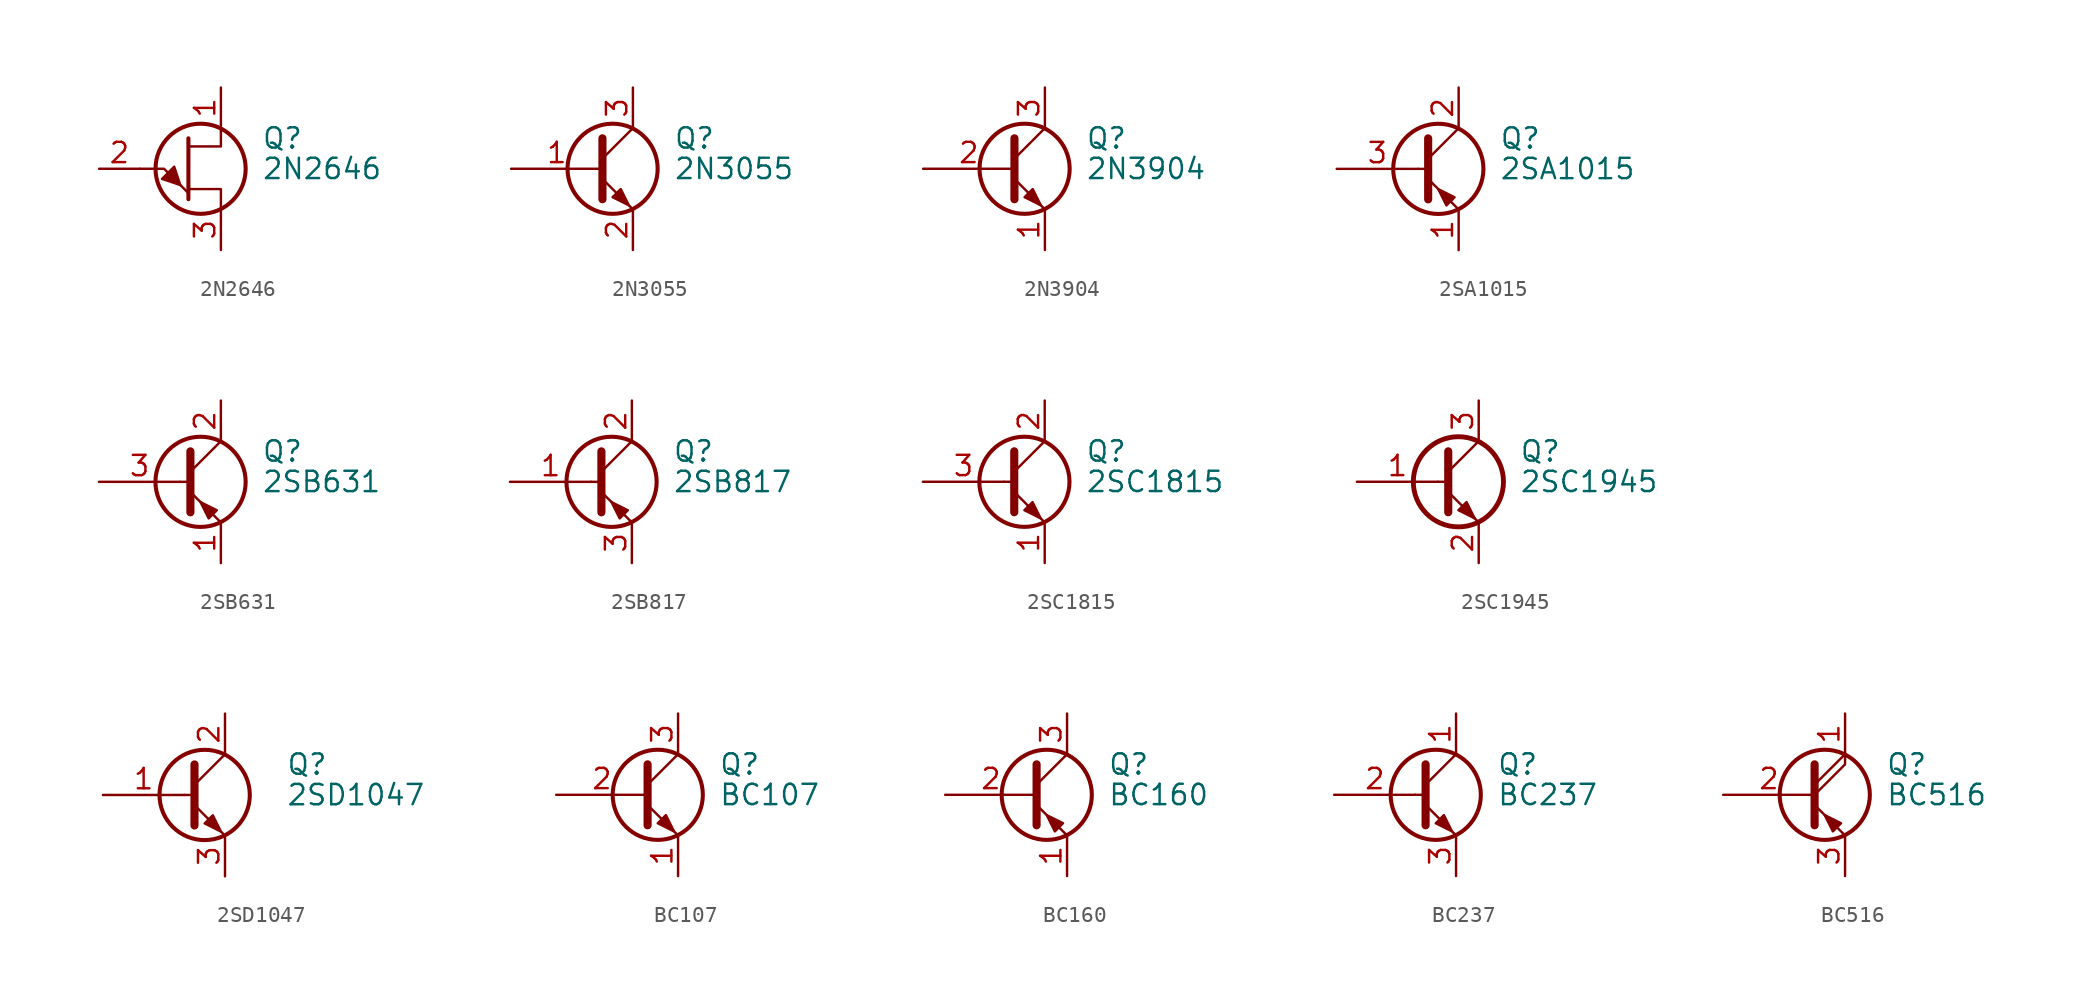
<source format=kicad_sym>
(kicad_symbol_lib
  (version 20201005)
  (generator kicad_symbol_editor)
  (symbol "2N2646"
    (pin_names
      (offset 0) hide)
    (property "Reference" "Q"
      (at 5.08 1.905 0)
      (effects (font (size 1.27 1.27)) (justify left)))
    (property "Value" "2N2646"
      (at 5.08 0 0)
      (effects (font (size 1.27 1.27)) (justify left)))
    (symbol "2N2646_0_1"
      (circle (center 1.27 0) (radius 2.819) (stroke (width 0.254)) (fill (type none)))
      (polyline (pts (xy -2.54 0) (xy -1.016 0) (xy 0.508 -1.524)) (stroke (width 0)) (fill (type none)))
      (polyline (pts (xy 0.508 1.905) (xy 0.508 -1.905) (xy 0.508 -1.905)) (stroke (width 0.254)) (fill (type none)))
      (polyline (pts (xy 2.54 -2.54) (xy 2.54 -1.27) (xy 0.508 -1.27)) (stroke (width 0)) (fill (type none)))
      (polyline (pts (xy 2.54 2.54) (xy 2.54 1.397) (xy 0.508 1.397)) (stroke (width 0)) (fill (type none)))
      (polyline (pts (xy 0 -1.016) (xy -0.381 0.127) (xy -1.143 -0.635) (xy 0 -1.016)) (stroke (width 0)) (fill (type outline))))
    (symbol "2N2646_1_1"
      (pin passive line (at 2.54 5.08 270) (length 2.54) (name "B2" (effects (font (size 1.27 1.27)))) (number "1" (effects (font (size 1.27 1.27)))))
      (pin input line (at -5.08 0 0) (length 2.54) (name "E" (effects (font (size 1.27 1.27)))) (number "2" (effects (font (size 1.27 1.27)))))
      (pin passive line (at 2.54 -5.08 90) (length 2.54) (name "B1" (effects (font (size 1.27 1.27)))) (number "3" (effects (font (size 1.27 1.27)))))))
  (symbol "2N3055"
    (pin_names
      (offset 0) hide)
    (property "Reference" "Q"
      (at 5.08 1.905 0)
      (effects (font (size 1.27 1.27)) (justify left)))
    (property "Value" "2N3055"
      (at 5.08 0 0)
      (effects (font (size 1.27 1.27)) (justify left)))
    (symbol "2N3055_0_1"
      (circle (center 1.27 0) (radius 2.819) (stroke (width 0.254)) (fill (type none)))
      (polyline (pts (xy 0.635 0.635) (xy 2.54 2.54)) (stroke (width 0)) (fill (type none)))
      (polyline (pts (xy 0.635 -0.635) (xy 2.54 -2.54) (xy 2.54 -2.54)) (stroke (width 0)) (fill (type none)))
      (polyline (pts (xy 0.635 1.905) (xy 0.635 -1.905) (xy 0.635 -1.905)) (stroke (width 0.508)) (fill (type none)))
      (polyline (pts (xy 1.27 -1.778) (xy 1.778 -1.27) (xy 2.286 -2.286) (xy 1.27 -1.778) (xy 1.27 -1.778)) (stroke (width 0)) (fill (type outline))))
    (symbol "2N3055_1_1"
      (pin input line (at -5.08 0 0) (length 5.715) (name "B" (effects (font (size 1.27 1.27)))) (number "1" (effects (font (size 1.27 1.27)))))
      (pin passive line (at 2.54 -5.08 90) (length 2.54) (name "E" (effects (font (size 1.27 1.27)))) (number "2" (effects (font (size 1.27 1.27)))))
      (pin passive line (at 2.54 5.08 270) (length 2.54) (name "C" (effects (font (size 1.27 1.27)))) (number "3" (effects (font (size 1.27 1.27)))))))
  (symbol "2N3904"
    (pin_names
      (offset 0) hide)
    (property "Reference" "Q"
      (at 5.08 1.905 0)
      (effects (font (size 1.27 1.27)) (justify left)))
    (property "Value" "2N3904"
      (at 5.08 0 0)
      (effects (font (size 1.27 1.27)) (justify left)))
    (symbol "2N3904_0_1"
      (circle (center 1.27 0) (radius 2.819) (stroke (width 0.254)) (fill (type none)))
      (polyline (pts (xy 0.635 0.635) (xy 2.54 2.54)) (stroke (width 0)) (fill (type none)))
      (polyline (pts (xy 0.635 -0.635) (xy 2.54 -2.54) (xy 2.54 -2.54)) (stroke (width 0)) (fill (type none)))
      (polyline (pts (xy 0.635 1.905) (xy 0.635 -1.905) (xy 0.635 -1.905)) (stroke (width 0.508)) (fill (type none)))
      (polyline (pts (xy 1.27 -1.778) (xy 1.778 -1.27) (xy 2.286 -2.286) (xy 1.27 -1.778) (xy 1.27 -1.778)) (stroke (width 0)) (fill (type outline))))
    (symbol "2N3904_1_1"
      (pin passive line (at 2.54 -5.08 90) (length 2.54) (name "E" (effects (font (size 1.27 1.27)))) (number "1" (effects (font (size 1.27 1.27)))))
      (pin passive line (at -5.08 0 0) (length 5.715) (name "B" (effects (font (size 1.27 1.27)))) (number "2" (effects (font (size 1.27 1.27)))))
      (pin passive line (at 2.54 5.08 270) (length 2.54) (name "C" (effects (font (size 1.27 1.27)))) (number "3" (effects (font (size 1.27 1.27)))))))
  (symbol "2SA1015"
    (pin_names
      (offset 0) hide)
    (property "Reference" "Q"
      (at 5.08 1.905 0)
      (effects (font (size 1.27 1.27)) (justify left)))
    (property "Value" "2SA1015"
      (at 5.08 0 0)
      (effects (font (size 1.27 1.27)) (justify left)))
    (symbol "2SA1015_0_1"
      (circle (center 1.27 0) (radius 2.819) (stroke (width 0.254)) (fill (type none)))
      (polyline (pts (xy 0 0) (xy 0.635 0)) (stroke (width 0)) (fill (type none)))
      (polyline (pts (xy 2.54 -2.54) (xy 0.635 -0.635)) (stroke (width 0)) (fill (type none)))
      (polyline (pts (xy 2.54 2.54) (xy 0.635 0.635)) (stroke (width 0)) (fill (type none)))
      (polyline (pts (xy 0.635 1.905) (xy 0.635 -1.905) (xy 0.635 -1.905)) (stroke (width 0.508)) (fill (type outline)))
      (polyline (pts (xy 1.778 -2.286) (xy 2.286 -1.778) (xy 1.27 -1.27) (xy 1.778 -2.286) (xy 1.778 -2.286)) (stroke (width 0)) (fill (type outline))))
    (symbol "2SA1015_1_1"
      (pin passive line (at 2.54 -5.08 90) (length 2.54) (name "E" (effects (font (size 1.27 1.27)))) (number "1" (effects (font (size 1.27 1.27)))))
      (pin passive line (at 2.54 5.08 270) (length 2.54) (name "C" (effects (font (size 1.27 1.27)))) (number "2" (effects (font (size 1.27 1.27)))))
      (pin input line (at -5.08 0 0) (length 5.08) (name "B" (effects (font (size 1.27 1.27)))) (number "3" (effects (font (size 1.27 1.27)))))))
  (symbol "2SB631"
    (pin_names
      (offset 0) hide)
    (property "Reference" "Q"
      (at 5.08 1.905 0)
      (effects (font (size 1.27 1.27)) (justify left)))
    (property "Value" "2SB631"
      (at 5.08 0 0)
      (effects (font (size 1.27 1.27)) (justify left)))
    (symbol "2SB631_0_1"
      (circle (center 1.27 0) (radius 2.819) (stroke (width 0.254)) (fill (type none)))
      (polyline (pts (xy 0 0) (xy 0.635 0)) (stroke (width 0)) (fill (type none)))
      (polyline (pts (xy 2.54 -2.54) (xy 0.635 -0.635)) (stroke (width 0)) (fill (type none)))
      (polyline (pts (xy 2.54 2.54) (xy 0.635 0.635)) (stroke (width 0)) (fill (type none)))
      (polyline (pts (xy 0.635 1.905) (xy 0.635 -1.905) (xy 0.635 -1.905)) (stroke (width 0.508)) (fill (type outline)))
      (polyline (pts (xy 1.778 -2.286) (xy 2.286 -1.778) (xy 1.27 -1.27) (xy 1.778 -2.286) (xy 1.778 -2.286)) (stroke (width 0)) (fill (type outline))))
    (symbol "2SB631_1_1"
      (pin passive line (at 2.54 -5.08 90) (length 2.54) (name "E" (effects (font (size 1.27 1.27)))) (number "1" (effects (font (size 1.27 1.27)))))
      (pin passive line (at 2.54 5.08 270) (length 2.54) (name "C" (effects (font (size 1.27 1.27)))) (number "2" (effects (font (size 1.27 1.27)))))
      (pin input line (at -5.08 0 0) (length 5.08) (name "B" (effects (font (size 1.27 1.27)))) (number "3" (effects (font (size 1.27 1.27)))))))
  (symbol "2SB817"
    (pin_names
      (offset 0) hide)
    (property "Reference" "Q"
      (at 5.08 1.905 0)
      (effects (font (size 1.27 1.27)) (justify left)))
    (property "Value" "2SB817"
      (at 5.08 0 0)
      (effects (font (size 1.27 1.27)) (justify left)))
    (symbol "2SB817_0_1"
      (circle (center 1.27 0) (radius 2.819) (stroke (width 0.254)) (fill (type none)))
      (polyline (pts (xy 0 0) (xy 0.635 0)) (stroke (width 0)) (fill (type none)))
      (polyline (pts (xy 2.54 2.54) (xy 0.635 0.635)) (stroke (width 0)) (fill (type none)))
      (polyline (pts (xy 0.635 -0.635) (xy 2.54 -2.54) (xy 2.54 -2.54)) (stroke (width 0)) (fill (type none)))
      (polyline (pts (xy 0.635 1.905) (xy 0.635 -1.905) (xy 0.635 -1.905)) (stroke (width 0.508)) (fill (type none)))
      (polyline (pts (xy 1.778 -2.286) (xy 2.286 -1.778) (xy 1.27 -1.27) (xy 1.778 -2.286) (xy 1.778 -2.286)) (stroke (width 0)) (fill (type outline))))
    (symbol "2SB817_1_1"
      (pin input line (at -5.08 0 0) (length 5.08) (name "B" (effects (font (size 1.27 1.27)))) (number "1" (effects (font (size 1.27 1.27)))))
      (pin passive line (at 2.54 5.08 270) (length 2.54) (name "C" (effects (font (size 1.27 1.27)))) (number "2" (effects (font (size 1.27 1.27)))))
      (pin passive line (at 2.54 -5.08 90) (length 2.54) (name "E" (effects (font (size 1.27 1.27)))) (number "3" (effects (font (size 1.27 1.27)))))))
  (symbol "2SC1815"
    (pin_names
      (offset 0) hide)
    (property "Reference" "Q"
      (at 5.08 1.905 0)
      (effects (font (size 1.27 1.27)) (justify left)))
    (property "Value" "2SC1815"
      (at 5.08 0 0)
      (effects (font (size 1.27 1.27)) (justify left)))
    (symbol "2SC1815_0_1"
      (circle (center 1.27 0) (radius 2.819) (stroke (width 0.254)) (fill (type none)))
      (polyline (pts (xy 0 0) (xy 0.508 0)) (stroke (width 0)) (fill (type none)))
      (polyline (pts (xy 0.635 0.635) (xy 2.54 2.54)) (stroke (width 0)) (fill (type none)))
      (polyline (pts (xy 0.635 -0.635) (xy 2.54 -2.54) (xy 2.54 -2.54)) (stroke (width 0)) (fill (type none)))
      (polyline (pts (xy 0.635 1.905) (xy 0.635 -1.905) (xy 0.635 -1.905)) (stroke (width 0.508)) (fill (type none)))
      (polyline (pts (xy 1.27 -1.778) (xy 1.778 -1.27) (xy 2.286 -2.286) (xy 1.27 -1.778) (xy 1.27 -1.778)) (stroke (width 0)) (fill (type outline))))
    (symbol "2SC1815_1_1"
      (pin passive line (at 2.54 -5.08 90) (length 2.54) (name "E" (effects (font (size 1.27 1.27)))) (number "1" (effects (font (size 1.27 1.27)))))
      (pin passive line (at 2.54 5.08 270) (length 2.54) (name "C" (effects (font (size 1.27 1.27)))) (number "2" (effects (font (size 1.27 1.27)))))
      (pin input line (at -5.08 0 0) (length 5.08) (name "B" (effects (font (size 1.27 1.27)))) (number "3" (effects (font (size 1.27 1.27)))))))
  (symbol "2SC1945"
    (pin_names
      (offset 0) hide)
    (property "Reference" "Q"
      (at 5.08 1.905 0)
      (effects (font (size 1.27 1.27)) (justify left)))
    (property "Value" "2SC1945"
      (at 5.08 0 0)
      (effects (font (size 1.27 1.27)) (justify left)))
    (symbol "2SC1945_0_1"
      (circle (center 1.27 0) (radius 2.819) (stroke (width 0.305)) (fill (type none)))
      (polyline (pts (xy 0 0) (xy 0.635 0)) (stroke (width 0)) (fill (type none)))
      (polyline (pts (xy 2.54 2.54) (xy 0.635 0.635)) (stroke (width 0)) (fill (type none)))
      (polyline (pts (xy 0.635 1.905) (xy 0.635 -1.905) (xy 0.635 -1.905)) (stroke (width 0.508)) (fill (type none)))
      (polyline (pts (xy 2.286 -2.286) (xy 1.778 -1.778) (xy 1.778 -1.778)) (stroke (width 0)) (fill (type none)))
      (polyline (pts (xy 2.54 -2.54) (xy 0.635 -0.635) (xy 1.27 -1.27)) (stroke (width 0)) (fill (type outline)))
      (polyline (pts (xy 1.27 -1.778) (xy 1.778 -1.27) (xy 2.286 -2.286) (xy 1.27 -1.778) (xy 1.27 -1.778)) (stroke (width 0)) (fill (type outline))))
    (symbol "2SC1945_1_1"
      (pin input line (at -5.08 0 0) (length 5.08) (name "B" (effects (font (size 1.27 1.27)))) (number "1" (effects (font (size 1.27 1.27)))))
      (pin passive line (at 2.54 -5.08 90) (length 2.54) (name "E" (effects (font (size 1.27 1.27)))) (number "2" (effects (font (size 1.27 1.27)))))
      (pin passive line (at 2.54 5.08 270) (length 2.54) (name "C" (effects (font (size 1.27 1.27)))) (number "3" (effects (font (size 1.27 1.27)))))))
  (symbol "2SD1047"
    (pin_names
      (offset 0) hide)
    (property "Reference" "Q"
      (at 6.35 1.905 0)
      (effects (font (size 1.27 1.27)) (justify left)))
    (property "Value" "2SD1047"
      (at 6.35 0 0)
      (effects (font (size 1.27 1.27)) (justify left)))
    (symbol "2SD1047_0_1"
      (circle (center 1.27 0) (radius 2.819) (stroke (width 0.254)) (fill (type none)))
      (polyline (pts (xy 0 0) (xy 0.762 0)) (stroke (width 0)) (fill (type none)))
      (polyline (pts (xy 0.635 0.635) (xy 2.54 2.54)) (stroke (width 0)) (fill (type none)))
      (polyline (pts (xy 0.635 -0.635) (xy 2.54 -2.54) (xy 2.54 -2.54)) (stroke (width 0)) (fill (type none)))
      (polyline (pts (xy 0.635 1.905) (xy 0.635 -1.905) (xy 0.635 -1.905)) (stroke (width 0.508)) (fill (type none)))
      (polyline (pts (xy 1.27 -1.778) (xy 1.778 -1.27) (xy 2.286 -2.286) (xy 1.27 -1.778) (xy 1.27 -1.778)) (stroke (width 0)) (fill (type outline))))
    (symbol "2SD1047_1_1"
      (pin input line (at -5.08 0 0) (length 5.08) (name "B" (effects (font (size 1.27 1.27)))) (number "1" (effects (font (size 1.27 1.27)))))
      (pin passive line (at 2.54 5.08 270) (length 2.54) (name "C" (effects (font (size 1.27 1.27)))) (number "2" (effects (font (size 1.27 1.27)))))
      (pin passive line (at 2.54 -5.08 90) (length 2.54) (name "E" (effects (font (size 1.27 1.27)))) (number "3" (effects (font (size 1.27 1.27)))))))
  (symbol "BC107"
    (pin_names
      (offset 0) hide)
    (property "Reference" "Q"
      (at 5.08 1.905 0)
      (effects (font (size 1.27 1.27)) (justify left)))
    (property "Value" "BC107"
      (at 5.08 0 0)
      (effects (font (size 1.27 1.27)) (justify left)))
    (symbol "BC107_0_1"
      (circle (center 1.27 0) (radius 2.819) (stroke (width 0.254)) (fill (type none)))
      (polyline (pts (xy 0.635 0.635) (xy 2.54 2.54)) (stroke (width 0)) (fill (type none)))
      (polyline (pts (xy 0.635 -0.635) (xy 2.54 -2.54) (xy 2.54 -2.54)) (stroke (width 0)) (fill (type none)))
      (polyline (pts (xy 0.635 1.905) (xy 0.635 -1.905) (xy 0.635 -1.905)) (stroke (width 0.508)) (fill (type none)))
      (polyline (pts (xy 1.27 -1.778) (xy 1.778 -1.27) (xy 2.286 -2.286) (xy 1.27 -1.778) (xy 1.27 -1.778)) (stroke (width 0)) (fill (type outline))))
    (symbol "BC107_1_1"
      (pin passive line (at 2.54 -5.08 90) (length 2.54) (name "E" (effects (font (size 1.27 1.27)))) (number "1" (effects (font (size 1.27 1.27)))))
      (pin input line (at -5.08 0 0) (length 5.715) (name "B" (effects (font (size 1.27 1.27)))) (number "2" (effects (font (size 1.27 1.27)))))
      (pin passive line (at 2.54 5.08 270) (length 2.54) (name "C" (effects (font (size 1.27 1.27)))) (number "3" (effects (font (size 1.27 1.27)))))))
  (symbol "BC160"
    (pin_names
      (offset 0) hide)
    (property "Reference" "Q"
      (at 5.08 1.905 0)
      (effects (font (size 1.27 1.27)) (justify left)))
    (property "Value" "BC160"
      (at 5.08 0 0)
      (effects (font (size 1.27 1.27)) (justify left)))
    (symbol "BC160_0_1"
      (circle (center 1.27 0) (radius 2.819) (stroke (width 0.254)) (fill (type none)))
      (polyline (pts (xy 0.635 0.635) (xy 2.54 2.54)) (stroke (width 0)) (fill (type none)))
      (polyline (pts (xy 0.635 -0.635) (xy 2.54 -2.54) (xy 2.54 -2.54)) (stroke (width 0)) (fill (type none)))
      (polyline (pts (xy 0.635 1.905) (xy 0.635 -1.905) (xy 0.635 -1.905)) (stroke (width 0.508)) (fill (type none)))
      (polyline (pts (xy 2.286 -1.778) (xy 1.778 -2.286) (xy 1.27 -1.27) (xy 2.286 -1.778) (xy 2.286 -1.778)) (stroke (width 0)) (fill (type outline))))
    (symbol "BC160_1_1"
      (pin passive line (at 2.54 -5.08 90) (length 2.54) (name "E" (effects (font (size 1.27 1.27)))) (number "1" (effects (font (size 1.27 1.27)))))
      (pin input line (at -5.08 0 0) (length 5.715) (name "B" (effects (font (size 1.27 1.27)))) (number "2" (effects (font (size 1.27 1.27)))))
      (pin passive line (at 2.54 5.08 270) (length 2.54) (name "C" (effects (font (size 1.27 1.27)))) (number "3" (effects (font (size 1.27 1.27)))))))
  (symbol "BC237"
    (pin_names
      (offset 0) hide)
    (property "Reference" "Q"
      (at 5.08 1.905 0)
      (effects (font (size 1.27 1.27)) (justify left)))
    (property "Value" "BC237"
      (at 5.08 0 0)
      (effects (font (size 1.27 1.27)) (justify left)))
    (symbol "BC237_0_1"
      (circle (center 1.27 0) (radius 2.819) (stroke (width 0.254)) (fill (type none)))
      (polyline (pts (xy 0 0) (xy 0.635 0)) (stroke (width 0)) (fill (type none)))
      (polyline (pts (xy 0.635 0.635) (xy 2.54 2.54)) (stroke (width 0)) (fill (type none)))
      (polyline (pts (xy 0.635 -0.635) (xy 2.54 -2.54) (xy 2.54 -2.54)) (stroke (width 0)) (fill (type none)))
      (polyline (pts (xy 0.635 1.905) (xy 0.635 -1.905) (xy 0.635 -1.905)) (stroke (width 0.508)) (fill (type none)))
      (polyline (pts (xy 1.27 -1.778) (xy 1.778 -1.27) (xy 2.286 -2.286) (xy 1.27 -1.778) (xy 1.27 -1.778)) (stroke (width 0)) (fill (type outline))))
    (symbol "BC237_1_1"
      (pin passive line (at 2.54 5.08 270) (length 2.54) (name "C" (effects (font (size 1.27 1.27)))) (number "1" (effects (font (size 1.27 1.27)))))
      (pin input line (at -5.08 0 0) (length 5.08) (name "B" (effects (font (size 1.27 1.27)))) (number "2" (effects (font (size 1.27 1.27)))))
      (pin passive line (at 2.54 -5.08 90) (length 2.54) (name "E" (effects (font (size 1.27 1.27)))) (number "3" (effects (font (size 1.27 1.27)))))))
  (symbol "BC516"
    (pin_names
      (offset 0) hide)
    (property "Reference" "Q"
      (at 5.08 1.905 0)
      (effects (font (size 1.27 1.27)) (justify left)))
    (property "Value" "BC516"
      (at 5.08 0 0)
      (effects (font (size 1.27 1.27)) (justify left)))
    (symbol "BC516_0_1"
      (circle (center 1.27 0) (radius 2.819) (stroke (width 0.254)) (fill (type none)))
      (polyline (pts (xy 0.635 0.635) (xy 2.54 2.54)) (stroke (width 0)) (fill (type none)))
      (polyline (pts (xy 0.635 -0.635) (xy 2.54 -2.54) (xy 2.54 -2.54)) (stroke (width 0)) (fill (type none)))
      (polyline (pts (xy 0.635 0) (xy 2.54 1.905) (xy 2.54 2.54)) (stroke (width 0)) (fill (type none)))
      (polyline (pts (xy 0.635 1.905) (xy 0.635 -1.905) (xy 0.635 -1.905)) (stroke (width 0.508)) (fill (type none)))
      (polyline (pts (xy 2.286 -1.778) (xy 1.778 -2.286) (xy 1.27 -1.27) (xy 2.286 -1.778) (xy 2.286 -1.778)) (stroke (width 0)) (fill (type outline))))
    (symbol "BC516_1_1"
      (pin passive line (at 2.54 5.08 270) (length 2.54) (name "C" (effects (font (size 1.27 1.27)))) (number "1" (effects (font (size 1.27 1.27)))))
      (pin input line (at -5.08 0 0) (length 5.715) (name "B" (effects (font (size 1.27 1.27)))) (number "2" (effects (font (size 1.27 1.27)))))
      (pin passive line (at 2.54 -5.08 90) (length 2.54) (name "E" (effects (font (size 1.27 1.27)))) (number "3" (effects (font (size 1.27 1.27))))))))
</source>
